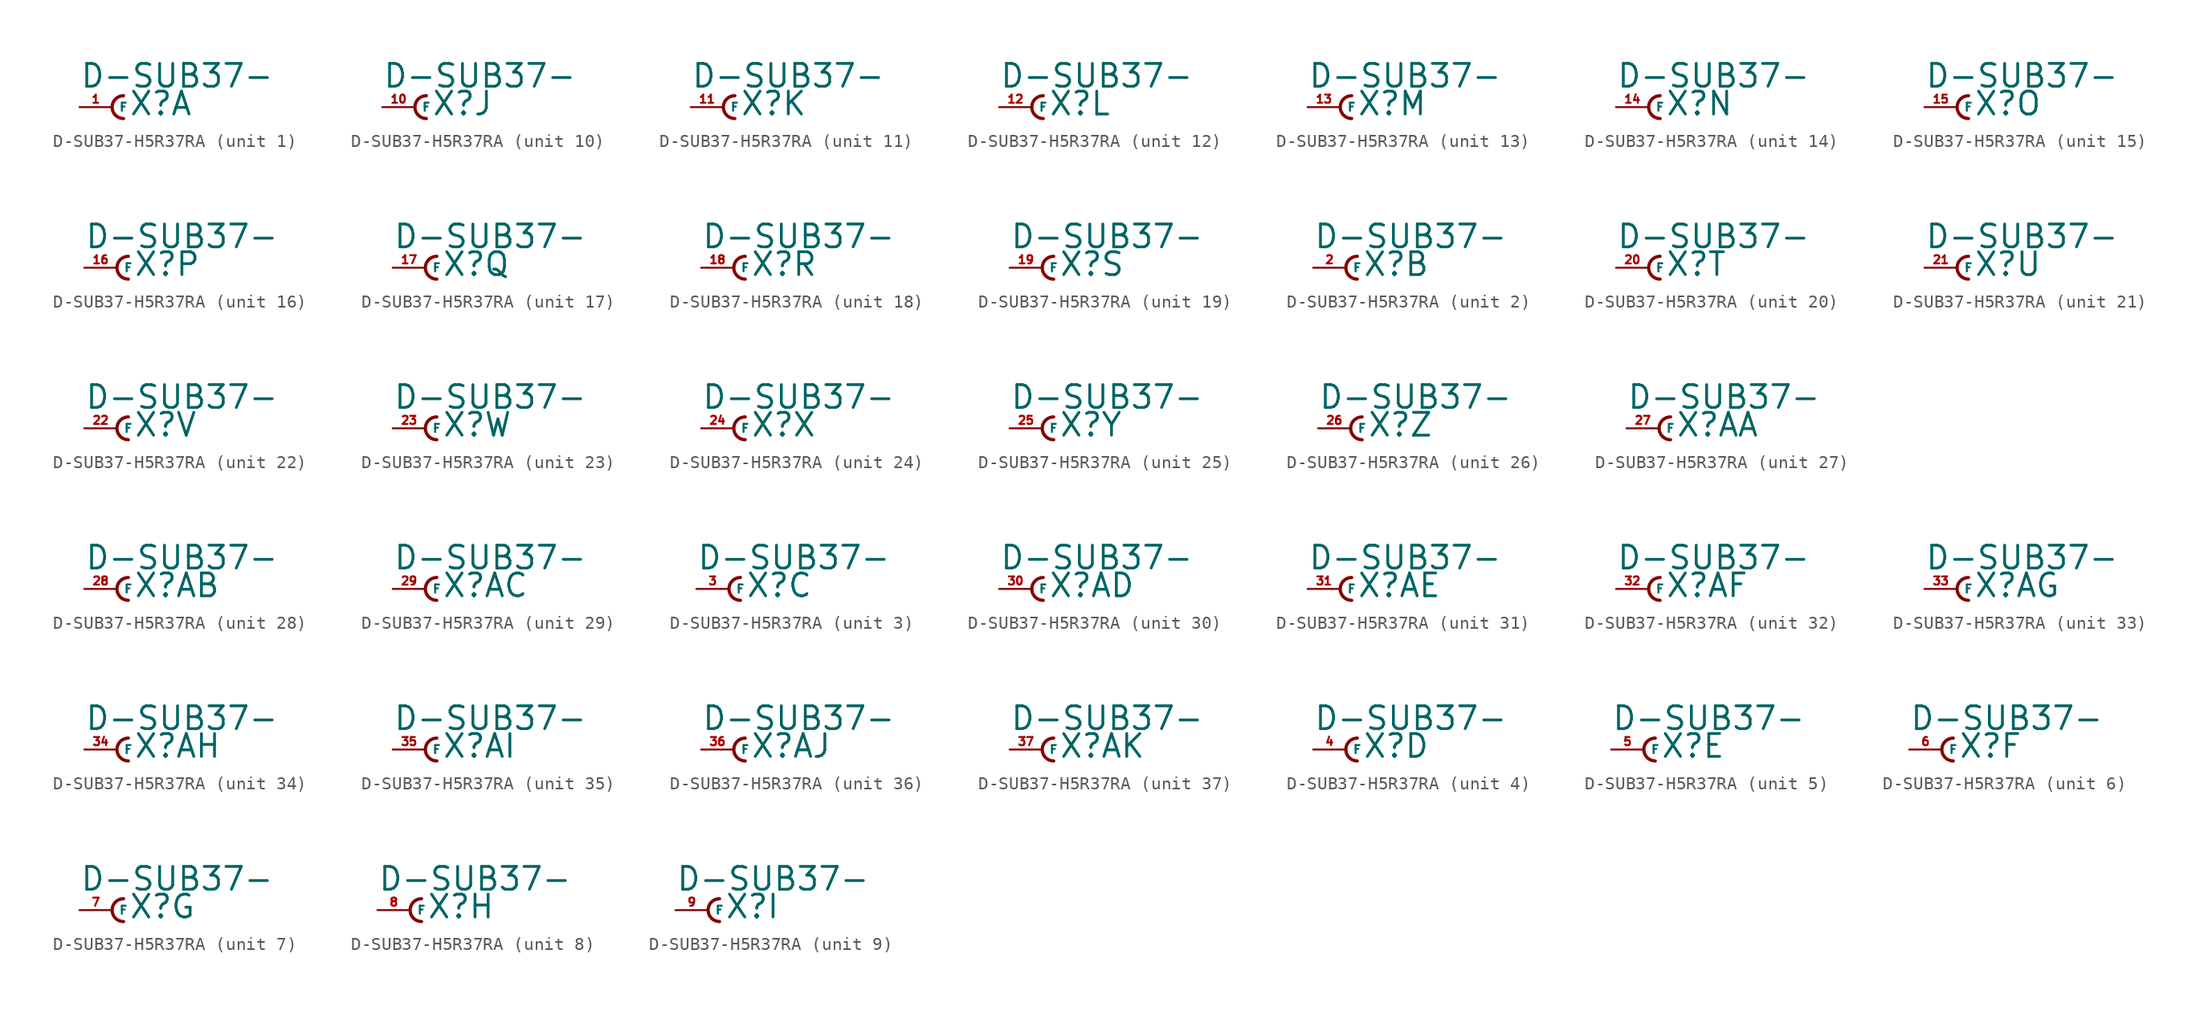
<source format=kicad_sym>
(kicad_symbol_lib
  (version 20220914)
  (generator Eagle2Kicad)
  (symbol "D-SUB37-H5R37RA"
    (property "Reference" "X"
      (at 1.27 -0.762 0)
      (effects (font (size 1.778 1.778) (thickness 0.22)) (justify left bottom)))
    (property "Value" "D-SUB37-"
      (at -2.54 1.397 0)
      (effects (font (size 1.778 1.778) (thickness 0.22)) (justify left bottom)))
    (symbol "D-SUB37-H5R37RA_1_0"
      (arc (start 0.889 0.889) (mid 0.000 0.000) (end 0.889 -0.889) (stroke (width 0.254) (type default)) (fill (type none)))
      (pin passive line (at -2.54 0 0) (length 2.54) (name "F" (effects (font (size 0.635 0.635) (thickness 0.08)) (justify left bottom))) (number "1" (effects (font (size 0.635 0.635) (thickness 0.08)) (justify left bottom)))))
    (symbol "D-SUB37-H5R37RA_2_0"
      (arc (start 0.889 0.889) (mid 0.000 0.000) (end 0.889 -0.889) (stroke (width 0.254) (type default)) (fill (type none)))
      (pin passive line (at -2.54 0 0) (length 2.54) (name "F" (effects (font (size 0.635 0.635) (thickness 0.08)) (justify left bottom))) (number "2" (effects (font (size 0.635 0.635) (thickness 0.08)) (justify left bottom)))))
    (symbol "D-SUB37-H5R37RA_3_0"
      (arc (start 0.889 0.889) (mid 0.000 0.000) (end 0.889 -0.889) (stroke (width 0.254) (type default)) (fill (type none)))
      (pin passive line (at -2.54 0 0) (length 2.54) (name "F" (effects (font (size 0.635 0.635) (thickness 0.08)) (justify left bottom))) (number "3" (effects (font (size 0.635 0.635) (thickness 0.08)) (justify left bottom)))))
    (symbol "D-SUB37-H5R37RA_4_0"
      (arc (start 0.889 0.889) (mid 0.000 0.000) (end 0.889 -0.889) (stroke (width 0.254) (type default)) (fill (type none)))
      (pin passive line (at -2.54 0 0) (length 2.54) (name "F" (effects (font (size 0.635 0.635) (thickness 0.08)) (justify left bottom))) (number "4" (effects (font (size 0.635 0.635) (thickness 0.08)) (justify left bottom)))))
    (symbol "D-SUB37-H5R37RA_5_0"
      (arc (start 0.889 0.889) (mid 0.000 0.000) (end 0.889 -0.889) (stroke (width 0.254) (type default)) (fill (type none)))
      (pin passive line (at -2.54 0 0) (length 2.54) (name "F" (effects (font (size 0.635 0.635) (thickness 0.08)) (justify left bottom))) (number "5" (effects (font (size 0.635 0.635) (thickness 0.08)) (justify left bottom)))))
    (symbol "D-SUB37-H5R37RA_6_0"
      (arc (start 0.889 0.889) (mid 0.000 0.000) (end 0.889 -0.889) (stroke (width 0.254) (type default)) (fill (type none)))
      (pin passive line (at -2.54 0 0) (length 2.54) (name "F" (effects (font (size 0.635 0.635) (thickness 0.08)) (justify left bottom))) (number "6" (effects (font (size 0.635 0.635) (thickness 0.08)) (justify left bottom)))))
    (symbol "D-SUB37-H5R37RA_7_0"
      (arc (start 0.889 0.889) (mid 0.000 0.000) (end 0.889 -0.889) (stroke (width 0.254) (type default)) (fill (type none)))
      (pin passive line (at -2.54 0 0) (length 2.54) (name "F" (effects (font (size 0.635 0.635) (thickness 0.08)) (justify left bottom))) (number "7" (effects (font (size 0.635 0.635) (thickness 0.08)) (justify left bottom)))))
    (symbol "D-SUB37-H5R37RA_8_0"
      (arc (start 0.889 0.889) (mid 0.000 0.000) (end 0.889 -0.889) (stroke (width 0.254) (type default)) (fill (type none)))
      (pin passive line (at -2.54 0 0) (length 2.54) (name "F" (effects (font (size 0.635 0.635) (thickness 0.08)) (justify left bottom))) (number "8" (effects (font (size 0.635 0.635) (thickness 0.08)) (justify left bottom)))))
    (symbol "D-SUB37-H5R37RA_9_0"
      (arc (start 0.889 0.889) (mid 0.000 0.000) (end 0.889 -0.889) (stroke (width 0.254) (type default)) (fill (type none)))
      (pin passive line (at -2.54 0 0) (length 2.54) (name "F" (effects (font (size 0.635 0.635) (thickness 0.08)) (justify left bottom))) (number "9" (effects (font (size 0.635 0.635) (thickness 0.08)) (justify left bottom)))))
    (symbol "D-SUB37-H5R37RA_10_0"
      (arc (start 0.889 0.889) (mid 0.000 0.000) (end 0.889 -0.889) (stroke (width 0.254) (type default)) (fill (type none)))
      (pin passive line (at -2.54 0 0) (length 2.54) (name "F" (effects (font (size 0.635 0.635) (thickness 0.08)) (justify left bottom))) (number "10" (effects (font (size 0.635 0.635) (thickness 0.08)) (justify left bottom)))))
    (symbol "D-SUB37-H5R37RA_11_0"
      (arc (start 0.889 0.889) (mid 0.000 0.000) (end 0.889 -0.889) (stroke (width 0.254) (type default)) (fill (type none)))
      (pin passive line (at -2.54 0 0) (length 2.54) (name "F" (effects (font (size 0.635 0.635) (thickness 0.08)) (justify left bottom))) (number "11" (effects (font (size 0.635 0.635) (thickness 0.08)) (justify left bottom)))))
    (symbol "D-SUB37-H5R37RA_12_0"
      (arc (start 0.889 0.889) (mid 0.000 0.000) (end 0.889 -0.889) (stroke (width 0.254) (type default)) (fill (type none)))
      (pin passive line (at -2.54 0 0) (length 2.54) (name "F" (effects (font (size 0.635 0.635) (thickness 0.08)) (justify left bottom))) (number "12" (effects (font (size 0.635 0.635) (thickness 0.08)) (justify left bottom)))))
    (symbol "D-SUB37-H5R37RA_13_0"
      (arc (start 0.889 0.889) (mid 0.000 0.000) (end 0.889 -0.889) (stroke (width 0.254) (type default)) (fill (type none)))
      (pin passive line (at -2.54 0 0) (length 2.54) (name "F" (effects (font (size 0.635 0.635) (thickness 0.08)) (justify left bottom))) (number "13" (effects (font (size 0.635 0.635) (thickness 0.08)) (justify left bottom)))))
    (symbol "D-SUB37-H5R37RA_14_0"
      (arc (start 0.889 0.889) (mid 0.000 0.000) (end 0.889 -0.889) (stroke (width 0.254) (type default)) (fill (type none)))
      (pin passive line (at -2.54 0 0) (length 2.54) (name "F" (effects (font (size 0.635 0.635) (thickness 0.08)) (justify left bottom))) (number "14" (effects (font (size 0.635 0.635) (thickness 0.08)) (justify left bottom)))))
    (symbol "D-SUB37-H5R37RA_15_0"
      (arc (start 0.889 0.889) (mid 0.000 0.000) (end 0.889 -0.889) (stroke (width 0.254) (type default)) (fill (type none)))
      (pin passive line (at -2.54 0 0) (length 2.54) (name "F" (effects (font (size 0.635 0.635) (thickness 0.08)) (justify left bottom))) (number "15" (effects (font (size 0.635 0.635) (thickness 0.08)) (justify left bottom)))))
    (symbol "D-SUB37-H5R37RA_16_0"
      (arc (start 0.889 0.889) (mid 0.000 0.000) (end 0.889 -0.889) (stroke (width 0.254) (type default)) (fill (type none)))
      (pin passive line (at -2.54 0 0) (length 2.54) (name "F" (effects (font (size 0.635 0.635) (thickness 0.08)) (justify left bottom))) (number "16" (effects (font (size 0.635 0.635) (thickness 0.08)) (justify left bottom)))))
    (symbol "D-SUB37-H5R37RA_17_0"
      (arc (start 0.889 0.889) (mid 0.000 0.000) (end 0.889 -0.889) (stroke (width 0.254) (type default)) (fill (type none)))
      (pin passive line (at -2.54 0 0) (length 2.54) (name "F" (effects (font (size 0.635 0.635) (thickness 0.08)) (justify left bottom))) (number "17" (effects (font (size 0.635 0.635) (thickness 0.08)) (justify left bottom)))))
    (symbol "D-SUB37-H5R37RA_18_0"
      (arc (start 0.889 0.889) (mid 0.000 0.000) (end 0.889 -0.889) (stroke (width 0.254) (type default)) (fill (type none)))
      (pin passive line (at -2.54 0 0) (length 2.54) (name "F" (effects (font (size 0.635 0.635) (thickness 0.08)) (justify left bottom))) (number "18" (effects (font (size 0.635 0.635) (thickness 0.08)) (justify left bottom)))))
    (symbol "D-SUB37-H5R37RA_19_0"
      (arc (start 0.889 0.889) (mid 0.000 0.000) (end 0.889 -0.889) (stroke (width 0.254) (type default)) (fill (type none)))
      (pin passive line (at -2.54 0 0) (length 2.54) (name "F" (effects (font (size 0.635 0.635) (thickness 0.08)) (justify left bottom))) (number "19" (effects (font (size 0.635 0.635) (thickness 0.08)) (justify left bottom)))))
    (symbol "D-SUB37-H5R37RA_20_0"
      (arc (start 0.889 0.889) (mid 0.000 0.000) (end 0.889 -0.889) (stroke (width 0.254) (type default)) (fill (type none)))
      (pin passive line (at -2.54 0 0) (length 2.54) (name "F" (effects (font (size 0.635 0.635) (thickness 0.08)) (justify left bottom))) (number "20" (effects (font (size 0.635 0.635) (thickness 0.08)) (justify left bottom)))))
    (symbol "D-SUB37-H5R37RA_21_0"
      (arc (start 0.889 0.889) (mid 0.000 0.000) (end 0.889 -0.889) (stroke (width 0.254) (type default)) (fill (type none)))
      (pin passive line (at -2.54 0 0) (length 2.54) (name "F" (effects (font (size 0.635 0.635) (thickness 0.08)) (justify left bottom))) (number "21" (effects (font (size 0.635 0.635) (thickness 0.08)) (justify left bottom)))))
    (symbol "D-SUB37-H5R37RA_22_0"
      (arc (start 0.889 0.889) (mid 0.000 0.000) (end 0.889 -0.889) (stroke (width 0.254) (type default)) (fill (type none)))
      (pin passive line (at -2.54 0 0) (length 2.54) (name "F" (effects (font (size 0.635 0.635) (thickness 0.08)) (justify left bottom))) (number "22" (effects (font (size 0.635 0.635) (thickness 0.08)) (justify left bottom)))))
    (symbol "D-SUB37-H5R37RA_23_0"
      (arc (start 0.889 0.889) (mid 0.000 0.000) (end 0.889 -0.889) (stroke (width 0.254) (type default)) (fill (type none)))
      (pin passive line (at -2.54 0 0) (length 2.54) (name "F" (effects (font (size 0.635 0.635) (thickness 0.08)) (justify left bottom))) (number "23" (effects (font (size 0.635 0.635) (thickness 0.08)) (justify left bottom)))))
    (symbol "D-SUB37-H5R37RA_24_0"
      (arc (start 0.889 0.889) (mid 0.000 0.000) (end 0.889 -0.889) (stroke (width 0.254) (type default)) (fill (type none)))
      (pin passive line (at -2.54 0 0) (length 2.54) (name "F" (effects (font (size 0.635 0.635) (thickness 0.08)) (justify left bottom))) (number "24" (effects (font (size 0.635 0.635) (thickness 0.08)) (justify left bottom)))))
    (symbol "D-SUB37-H5R37RA_25_0"
      (arc (start 0.889 0.889) (mid 0.000 0.000) (end 0.889 -0.889) (stroke (width 0.254) (type default)) (fill (type none)))
      (pin passive line (at -2.54 0 0) (length 2.54) (name "F" (effects (font (size 0.635 0.635) (thickness 0.08)) (justify left bottom))) (number "25" (effects (font (size 0.635 0.635) (thickness 0.08)) (justify left bottom)))))
    (symbol "D-SUB37-H5R37RA_26_0"
      (arc (start 0.889 0.889) (mid 0.000 0.000) (end 0.889 -0.889) (stroke (width 0.254) (type default)) (fill (type none)))
      (pin passive line (at -2.54 0 0) (length 2.54) (name "F" (effects (font (size 0.635 0.635) (thickness 0.08)) (justify left bottom))) (number "26" (effects (font (size 0.635 0.635) (thickness 0.08)) (justify left bottom)))))
    (symbol "D-SUB37-H5R37RA_27_0"
      (arc (start 0.889 0.889) (mid 0.000 0.000) (end 0.889 -0.889) (stroke (width 0.254) (type default)) (fill (type none)))
      (pin passive line (at -2.54 0 0) (length 2.54) (name "F" (effects (font (size 0.635 0.635) (thickness 0.08)) (justify left bottom))) (number "27" (effects (font (size 0.635 0.635) (thickness 0.08)) (justify left bottom)))))
    (symbol "D-SUB37-H5R37RA_28_0"
      (arc (start 0.889 0.889) (mid 0.000 0.000) (end 0.889 -0.889) (stroke (width 0.254) (type default)) (fill (type none)))
      (pin passive line (at -2.54 0 0) (length 2.54) (name "F" (effects (font (size 0.635 0.635) (thickness 0.08)) (justify left bottom))) (number "28" (effects (font (size 0.635 0.635) (thickness 0.08)) (justify left bottom)))))
    (symbol "D-SUB37-H5R37RA_29_0"
      (arc (start 0.889 0.889) (mid 0.000 0.000) (end 0.889 -0.889) (stroke (width 0.254) (type default)) (fill (type none)))
      (pin passive line (at -2.54 0 0) (length 2.54) (name "F" (effects (font (size 0.635 0.635) (thickness 0.08)) (justify left bottom))) (number "29" (effects (font (size 0.635 0.635) (thickness 0.08)) (justify left bottom)))))
    (symbol "D-SUB37-H5R37RA_30_0"
      (arc (start 0.889 0.889) (mid 0.000 0.000) (end 0.889 -0.889) (stroke (width 0.254) (type default)) (fill (type none)))
      (pin passive line (at -2.54 0 0) (length 2.54) (name "F" (effects (font (size 0.635 0.635) (thickness 0.08)) (justify left bottom))) (number "30" (effects (font (size 0.635 0.635) (thickness 0.08)) (justify left bottom)))))
    (symbol "D-SUB37-H5R37RA_31_0"
      (arc (start 0.889 0.889) (mid 0.000 0.000) (end 0.889 -0.889) (stroke (width 0.254) (type default)) (fill (type none)))
      (pin passive line (at -2.54 0 0) (length 2.54) (name "F" (effects (font (size 0.635 0.635) (thickness 0.08)) (justify left bottom))) (number "31" (effects (font (size 0.635 0.635) (thickness 0.08)) (justify left bottom)))))
    (symbol "D-SUB37-H5R37RA_32_0"
      (arc (start 0.889 0.889) (mid 0.000 0.000) (end 0.889 -0.889) (stroke (width 0.254) (type default)) (fill (type none)))
      (pin passive line (at -2.54 0 0) (length 2.54) (name "F" (effects (font (size 0.635 0.635) (thickness 0.08)) (justify left bottom))) (number "32" (effects (font (size 0.635 0.635) (thickness 0.08)) (justify left bottom)))))
    (symbol "D-SUB37-H5R37RA_33_0"
      (arc (start 0.889 0.889) (mid 0.000 0.000) (end 0.889 -0.889) (stroke (width 0.254) (type default)) (fill (type none)))
      (pin passive line (at -2.54 0 0) (length 2.54) (name "F" (effects (font (size 0.635 0.635) (thickness 0.08)) (justify left bottom))) (number "33" (effects (font (size 0.635 0.635) (thickness 0.08)) (justify left bottom)))))
    (symbol "D-SUB37-H5R37RA_34_0"
      (arc (start 0.889 0.889) (mid 0.000 0.000) (end 0.889 -0.889) (stroke (width 0.254) (type default)) (fill (type none)))
      (pin passive line (at -2.54 0 0) (length 2.54) (name "F" (effects (font (size 0.635 0.635) (thickness 0.08)) (justify left bottom))) (number "34" (effects (font (size 0.635 0.635) (thickness 0.08)) (justify left bottom)))))
    (symbol "D-SUB37-H5R37RA_35_0"
      (arc (start 0.889 0.889) (mid 0.000 0.000) (end 0.889 -0.889) (stroke (width 0.254) (type default)) (fill (type none)))
      (pin passive line (at -2.54 0 0) (length 2.54) (name "F" (effects (font (size 0.635 0.635) (thickness 0.08)) (justify left bottom))) (number "35" (effects (font (size 0.635 0.635) (thickness 0.08)) (justify left bottom)))))
    (symbol "D-SUB37-H5R37RA_36_0"
      (arc (start 0.889 0.889) (mid 0.000 0.000) (end 0.889 -0.889) (stroke (width 0.254) (type default)) (fill (type none)))
      (pin passive line (at -2.54 0 0) (length 2.54) (name "F" (effects (font (size 0.635 0.635) (thickness 0.08)) (justify left bottom))) (number "36" (effects (font (size 0.635 0.635) (thickness 0.08)) (justify left bottom)))))
    (symbol "D-SUB37-H5R37RA_37_0"
      (arc (start 0.889 0.889) (mid 0.000 0.000) (end 0.889 -0.889) (stroke (width 0.254) (type default)) (fill (type none)))
      (pin passive line (at -2.54 0 0) (length 2.54) (name "F" (effects (font (size 0.635 0.635) (thickness 0.08)) (justify left bottom))) (number "37" (effects (font (size 0.635 0.635) (thickness 0.08)) (justify left bottom)))))))
</source>
